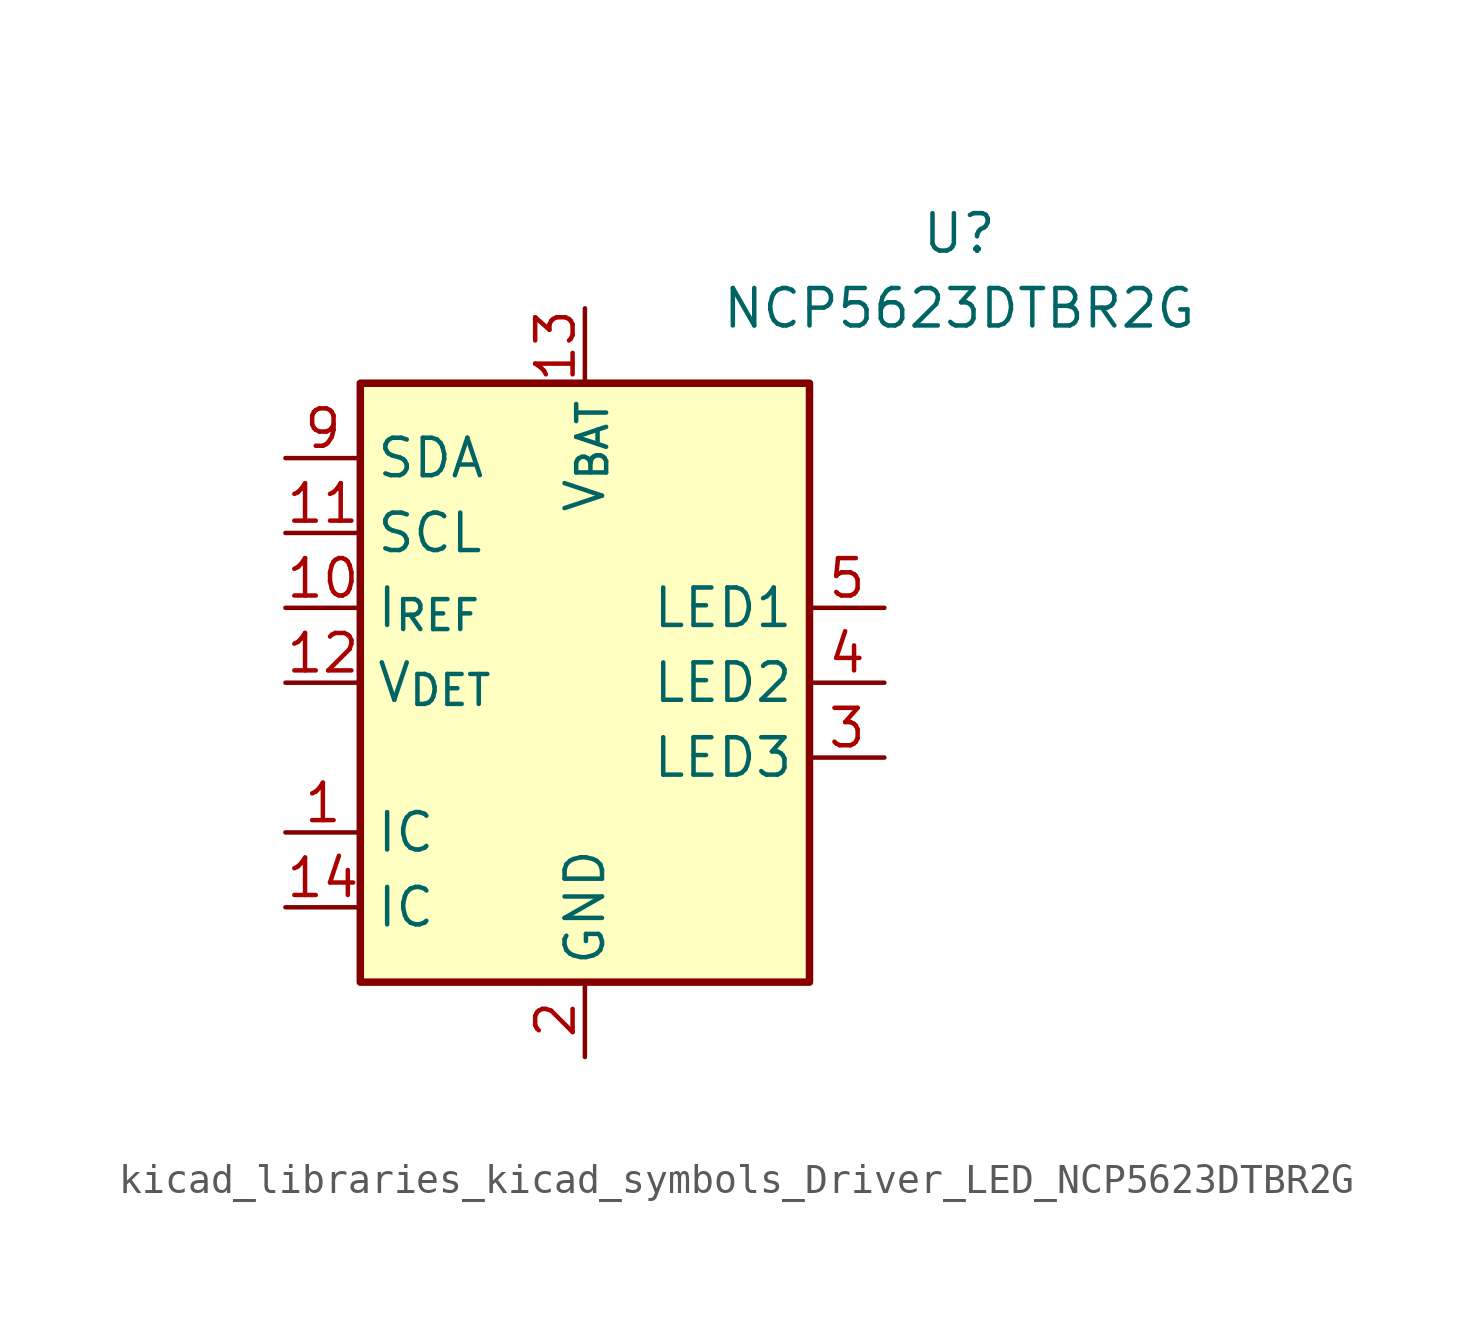
<source format=kicad_sym>
(kicad_symbol_lib
  (version 20220914)
  (generator kicad_symbol_editor)
  (symbol "kicad_libraries_kicad_symbols_Driver_LED_NCP5623DTBR2G"
    (property "Reference" "U"
      (at 12.7 15.24 0)
      (effects (font (size 1.27 1.27))))
    (property "Value" "NCP5623DTBR2G"
      (at 12.7 12.7 0)
      (effects (font (size 1.27 1.27))))
    (symbol "kicad_libraries_kicad_symbols_Driver_LED_NCP5623DTBR2G_0_1"
      (rectangle (start -7.62 10.16) (end 7.62 -10.16) (stroke (width 0.254) (type default)) (fill (type background))))
    (symbol "kicad_libraries_kicad_symbols_Driver_LED_NCP5623DTBR2G_1_1"
      (pin passive line (at -10.16 -5.08 0) (length 2.54) (name "IC" (effects (font (size 1.27 1.27)))) (number "1" (effects (font (size 1.27 1.27)))))
      (pin passive line (at -10.16 2.54 0) (length 2.54) (name "I_{REF}" (effects (font (size 1.27 1.27)))) (number "10" (effects (font (size 1.27 1.27)))))
      (pin input line (at -10.16 5.08 0) (length 2.54) (name "SCL" (effects (font (size 1.27 1.27)))) (number "11" (effects (font (size 1.27 1.27)))))
      (pin input line (at -10.16 0 0) (length 2.54) (name "V_{DET}" (effects (font (size 1.27 1.27)))) (number "12" (effects (font (size 1.27 1.27)))))
      (pin power_in line (at 0 12.7 270) (length 2.54) (name "V_{BAT}" (effects (font (size 1.27 1.27)))) (number "13" (effects (font (size 1.27 1.27)))))
      (pin passive line (at -10.16 -7.62 0) (length 2.54) (name "IC" (effects (font (size 1.27 1.27)))) (number "14" (effects (font (size 1.27 1.27)))))
      (pin power_in line (at 0 -12.7 90) (length 2.54) (name "GND" (effects (font (size 1.27 1.27)))) (number "2" (effects (font (size 1.27 1.27)))))
      (pin open_collector line (at 10.16 -2.54 180) (length 2.54) (name "LED3" (effects (font (size 1.27 1.27)))) (number "3" (effects (font (size 1.27 1.27)))))
      (pin open_collector line (at 10.16 0 180) (length 2.54) (name "LED2" (effects (font (size 1.27 1.27)))) (number "4" (effects (font (size 1.27 1.27)))))
      (pin open_collector line (at 10.16 2.54 180) (length 2.54) (name "LED1" (effects (font (size 1.27 1.27)))) (number "5" (effects (font (size 1.27 1.27)))))
      (pin passive line (at 0 -12.7 90) (length 2.54) hide (name "GND" (effects (font (size 1.27 1.27)))) (number "6" (effects (font (size 1.27 1.27)))))
      (pin no_connect line (at 7.62 -7.62 180) (length 2.54) hide (name "NC" (effects (font (size 1.27 1.27)))) (number "7" (effects (font (size 1.27 1.27)))))
      (pin no_connect line (at 7.62 7.62 180) (length 2.54) hide (name "NC" (effects (font (size 1.27 1.27)))) (number "8" (effects (font (size 1.27 1.27)))))
      (pin bidirectional line (at -10.16 7.62 0) (length 2.54) (name "SDA" (effects (font (size 1.27 1.27)))) (number "9" (effects (font (size 1.27 1.27))))))))
</source>
